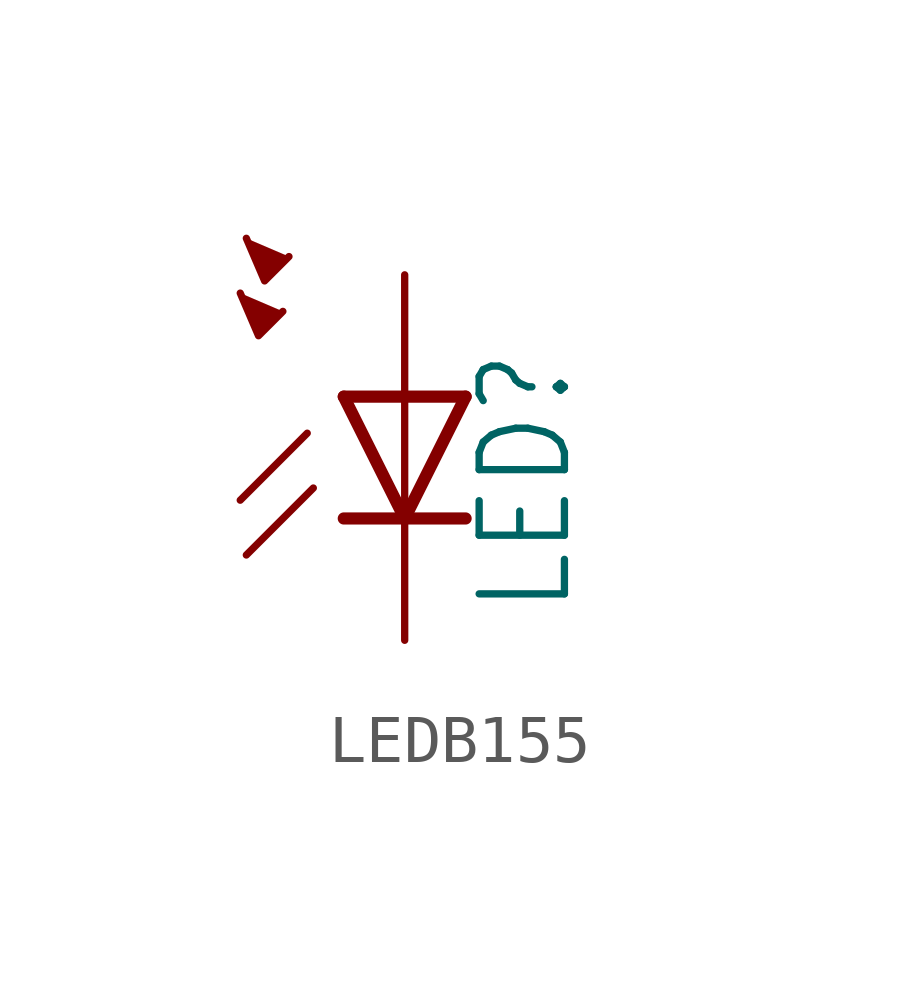
<source format=kicad_sym>
(kicad_symbol_lib
  (version 20241209)
  (generator "kicad_symbol_editor")
  (generator_version "9.0")
  (symbol "LEDB155"
    (property "Reference" "LED"
      (at 3.556 -4.572 90)
      (effects (font (size 1.778 1.511)) (justify left bottom)))
    (property "Value" ""
      (at 5.715 -4.572 90)
      (effects (font (size 1.778 1.511)) (justify left bottom)))
    (property "ki_locked" ""
      (at 0 0 0)
      (effects (font (size 1.27 1.27))))
    (symbol "LEDB155_1_0"
      (polyline (pts (xy -3.429 2.159) (xy -3.048 1.27) (xy -2.54 1.778)) (stroke (width 0.152) (type solid)) (fill (type outline)))
      (polyline (pts (xy -3.302 3.302) (xy -2.921 2.413) (xy -2.413 2.921)) (stroke (width 0.152) (type solid)) (fill (type outline)))
      (polyline (pts (xy -2.032 -0.762) (xy -3.429 -2.159)) (stroke (width 0.152) (type solid)) (fill (type none)))
      (polyline (pts (xy -1.905 -1.905) (xy -3.302 -3.302)) (stroke (width 0.152) (type solid)) (fill (type none)))
      (polyline (pts (xy 0 0) (xy -1.27 0)) (stroke (width 0.254) (type solid)) (fill (type none)))
      (polyline (pts (xy 0 0) (xy 0 -2.54)) (stroke (width 0.152) (type solid)) (fill (type none)))
      (polyline (pts (xy 0 -2.54) (xy -1.27 0)) (stroke (width 0.254) (type solid)) (fill (type none)))
      (polyline (pts (xy 0 -2.54) (xy -1.27 -2.54)) (stroke (width 0.254) (type solid)) (fill (type none)))
      (polyline (pts (xy 1.27 0) (xy 0 0)) (stroke (width 0.254) (type solid)) (fill (type none)))
      (polyline (pts (xy 1.27 0) (xy 0 -2.54)) (stroke (width 0.254) (type solid)) (fill (type none)))
      (polyline (pts (xy 1.27 -2.54) (xy 0 -2.54)) (stroke (width 0.254) (type solid)) (fill (type none)))
      (pin passive line (at 0 2.54 270) (length 2.54) (name "A" (effects (font (size 0 0)))) (number "A" (effects (font (size 0 0)))))
      (pin passive line (at 0 -5.08 90) (length 2.54) (name "C" (effects (font (size 0 0)))) (number "K" (effects (font (size 0 0))))))))
</source>
